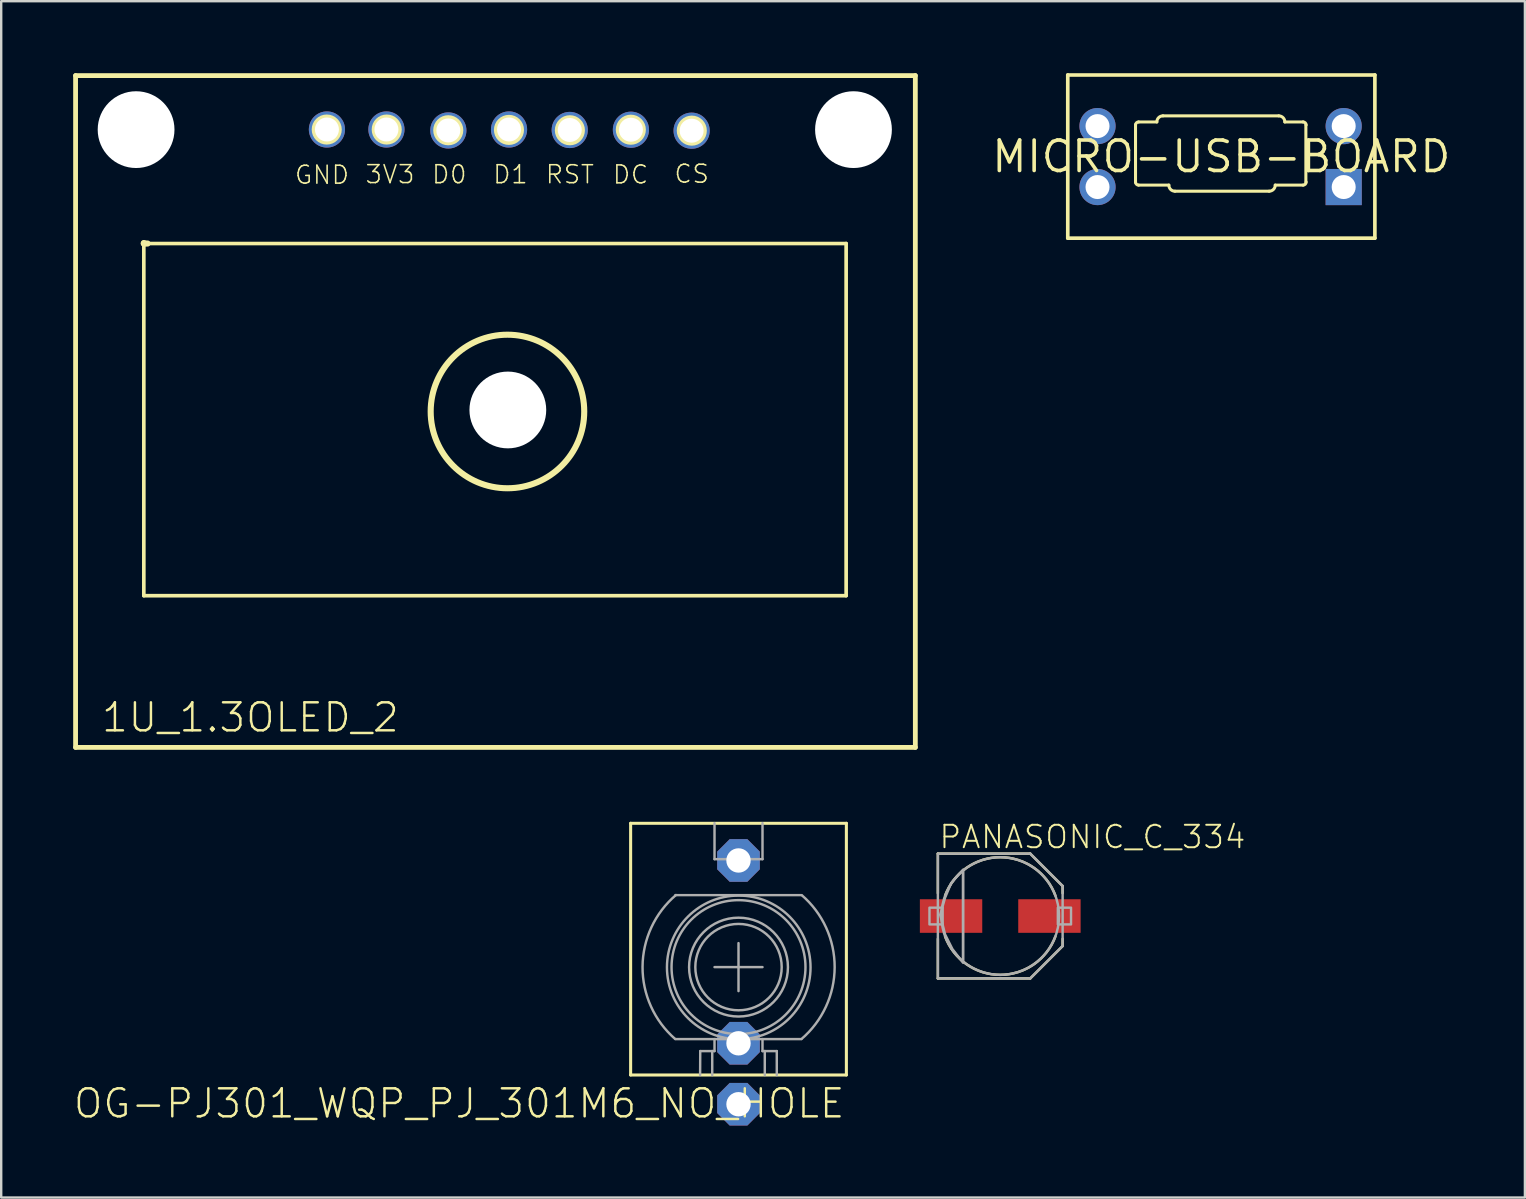
<source format=kicad_pcb>
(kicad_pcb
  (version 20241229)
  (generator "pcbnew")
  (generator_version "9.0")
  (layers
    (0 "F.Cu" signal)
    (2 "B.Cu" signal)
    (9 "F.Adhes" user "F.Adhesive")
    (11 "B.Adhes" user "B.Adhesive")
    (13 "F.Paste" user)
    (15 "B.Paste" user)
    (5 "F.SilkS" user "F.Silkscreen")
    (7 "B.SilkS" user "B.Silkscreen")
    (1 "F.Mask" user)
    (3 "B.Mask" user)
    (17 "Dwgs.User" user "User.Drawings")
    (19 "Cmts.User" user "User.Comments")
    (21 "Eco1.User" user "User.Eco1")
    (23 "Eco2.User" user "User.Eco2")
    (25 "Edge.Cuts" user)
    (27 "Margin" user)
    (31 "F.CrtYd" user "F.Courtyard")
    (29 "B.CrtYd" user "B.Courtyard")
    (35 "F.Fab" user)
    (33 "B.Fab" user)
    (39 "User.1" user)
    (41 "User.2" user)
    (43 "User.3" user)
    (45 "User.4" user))
  (footprint "PANASONIC_C_334"
    (layer "F.Cu")
    (at 38.639 35.129)
    (property "Reference" "PANASONIC_C_334" (at -2.6 -2.75 0) (unlocked yes) (layer "F.SilkS") (effects (font (size 0.935 0.935) (thickness 0.081)) (justify left bottom)))
    (fp_line (start -2.6 -2.6) (end 1.25 -2.6) (stroke (width 0.102) (type solid)) (layer "F.SilkS"))
    (fp_line (start -2.6 -0.95) (end -2.6 -2.6) (stroke (width 0.102) (type solid)) (layer "F.SilkS"))
    (fp_line (start -2.6 2.6) (end -2.6 0.95) (stroke (width 0.102) (type solid)) (layer "F.SilkS"))
    (fp_line (start 1.25 -2.6) (end 2.6 -1.25) (stroke (width 0.102) (type solid)) (layer "F.SilkS"))
    (fp_line (start 1.25 2.6) (end -2.6 2.6) (stroke (width 0.102) (type solid)) (layer "F.SilkS"))
    (fp_line (start 2.6 -1.25) (end 2.6 -0.95) (stroke (width 0.102) (type solid)) (layer "F.SilkS"))
    (fp_line (start 2.6 0.95) (end 2.6 1.25) (stroke (width 0.102) (type solid)) (layer "F.SilkS"))
    (fp_line (start 2.6 1.25) (end 1.25 2.6) (stroke (width 0.102) (type solid)) (layer "F.SilkS"))
    (fp_arc (start -2.3 -0.85) (mid 0 -2.45204) (end 2.3 -0.85) (stroke (width 0.1016) (type solid)) (layer "F.SilkS"))
    (fp_arc (start 2.3 0.85) (mid 0 2.45204) (end -2.3 0.85) (stroke (width 0.1016) (type solid)) (layer "F.SilkS"))
    (fp_line (start -2.6 -2.6) (end 1.25 -2.6) (stroke (width 0.102) (type solid)) (layer "F.Fab"))
    (fp_line (start -2.6 2.6) (end -2.6 -2.6) (stroke (width 0.102) (type solid)) (layer "F.Fab"))
    (fp_line (start -1.55 -1.85) (end -1.55 1.85) (stroke (width 0.102) (type solid)) (layer "F.Fab"))
    (fp_line (start 1.25 -2.6) (end 2.6 -1.25) (stroke (width 0.102) (type solid)) (layer "F.Fab"))
    (fp_line (start 1.25 2.6) (end -2.6 2.6) (stroke (width 0.102) (type solid)) (layer "F.Fab"))
    (fp_line (start 2.6 -1.25) (end 2.6 1.25) (stroke (width 0.102) (type solid)) (layer "F.Fab"))
    (fp_line (start 2.6 1.25) (end 1.25 2.6) (stroke (width 0.102) (type solid)) (layer "F.Fab"))
    (fp_circle (center 0 0) (end 2.45 0) (stroke (width 0.102) (type solid)) (fill no) (layer "F.Fab"))
    (fp_poly (pts (xy -2.95 0.35) (xy -2.4 0.35) (xy -2.4 -0.35) (xy -2.95 -0.35)) (stroke (width 0.1) (type default)) (fill no) (layer "F.Fab"))
    (fp_poly (pts (xy 2.4 0.35) (xy 2.95 0.35) (xy 2.95 -0.35) (xy 2.4 -0.35)) (stroke (width 0.1) (type default)) (fill no) (layer "F.Fab"))
    (fp_poly (pts (xy -1.549 1.948) (xy -1.993 1.377) (xy -2.298 0.768) (xy -2.503 -0.051) (xy -2.298 -0.767) (xy -2.044 -1.377) (xy -1.549 -1.934)) (stroke (width 0.1) (type default)) (fill no) (layer "F.Fab"))
    (pad "+" smd rect (at 2.05 0) (size 2.6 1.4) (layers "F.Cu" "F.Mask" "F.Paste"))
    (pad "-" smd rect (at -2.05 0) (size 2.6 1.4) (layers "F.Cu" "F.Mask" "F.Paste")))
  (footprint "MICRO-USB-BOARD"
    (layer "F.Cu")
    (at 47.853 3.476)
    (property "Reference" "MICRO-USB-BOARD" (at 0 0 0) (layer "F.SilkS") (effects (font (size 1.27 1.27) (thickness 0.15))))
    (fp_line (start -6.4 -3.4) (end 6.4 -3.4) (stroke (width 0.152) (type solid)) (layer "F.SilkS"))
    (fp_line (start -6.4 3.4) (end -6.4 -3.4) (stroke (width 0.152) (type solid)) (layer "F.SilkS"))
    (fp_line (start -3.576 -1.327) (end -3.576 1.073) (stroke (width 0.127) (type solid)) (layer "F.SilkS"))
    (fp_line (start -3.449 -1.443) (end -2.687 -1.443) (stroke (width 0.127) (type solid)) (layer "F.SilkS"))
    (fp_line (start -3.449 1.189) (end -2.187 1.189) (stroke (width 0.127) (type solid)) (layer "F.SilkS"))
    (fp_line (start -2.433 -1.697) (end 2.393 -1.697) (stroke (width 0.127) (type solid)) (layer "F.SilkS"))
    (fp_line (start 1.993 1.443) (end -1.933 1.443) (stroke (width 0.127) (type solid)) (layer "F.SilkS"))
    (fp_line (start 3.409 -1.443) (end 2.647 -1.443) (stroke (width 0.127) (type solid)) (layer "F.SilkS"))
    (fp_line (start 3.409 1.189) (end 2.247 1.189) (stroke (width 0.127) (type solid)) (layer "F.SilkS"))
    (fp_line (start 3.524 -1.327) (end 3.524 1.073) (stroke (width 0.127) (type solid)) (layer "F.SilkS"))
    (fp_line (start 6.4 -3.4) (end 6.4 3.4) (stroke (width 0.152) (type solid)) (layer "F.SilkS"))
    (fp_line (start 6.4 3.4) (end -6.4 3.4) (stroke (width 0.152) (type solid)) (layer "F.SilkS"))
    (fp_arc (start -3.576 -1.316) (mid -3.538803 -1.405803) (end -3.449 -1.443) (stroke (width 0.127) (type solid)) (layer "F.SilkS"))
    (fp_arc (start -3.449 1.189) (mid -3.538803 1.151803) (end -3.576 1.062) (stroke (width 0.127) (type solid)) (layer "F.SilkS"))
    (fp_arc (start -2.687 -1.443) (mid -2.612605 -1.622605) (end -2.433 -1.697) (stroke (width 0.127) (type solid)) (layer "F.SilkS"))
    (fp_arc (start -1.933 1.443) (mid -2.112605 1.368605) (end -2.187 1.189) (stroke (width 0.127) (type solid)) (layer "F.SilkS"))
    (fp_arc (start 2.247 1.189) (mid 2.172605 1.368605) (end 1.993 1.443) (stroke (width 0.127) (type solid)) (layer "F.SilkS"))
    (fp_arc (start 2.393 -1.697) (mid 2.572605 -1.622605) (end 2.647 -1.443) (stroke (width 0.127) (type solid)) (layer "F.SilkS"))
    (fp_arc (start 3.409 -1.443) (mid 3.498803 -1.405803) (end 3.536 -1.316) (stroke (width 0.127) (type solid)) (layer "F.SilkS"))
    (fp_arc (start 3.536 1.062) (mid 3.498803 1.151803) (end 3.409 1.189) (stroke (width 0.127) (type solid)) (layer "F.SilkS"))
    (pad "D+" thru_hole circle (at 5.1 -1.27) (size 1.508 1.508) (drill 1) (layers "*.Cu" "*.Mask"))
    (pad "D-" thru_hole circle (at -5.16 1.27) (size 1.508 1.508) (drill 1) (layers "*.Cu" "*.Mask"))
    (pad "GND" thru_hole rect (at 5.1 1.27) (size 1.508 1.508) (drill 1) (layers "*.Cu" "*.Mask"))
    (pad "VCC" thru_hole circle (at -5.16 -1.27) (size 1.508 1.508) (drill 1) (layers "*.Cu" "*.Mask")))
  (footprint "OG-PJ301_WQP_PJ_301M6_NO_HOLE"
    (layer "F.Cu")
    (at 27.73 37.258)
    (property "Reference" "OG-PJ301_WQP_PJ_301M6_NO_HOLE" (at 4.5 5 0) (unlocked yes) (layer "F.SilkS") (effects (font (size 1.168 1.168) (thickness 0.102)) (justify right top)))
    (fp_line (start -4.496 -5.994) (end 4.496 -5.994) (stroke (width 0.127) (type solid)) (layer "F.SilkS"))
    (fp_line (start -4.496 4.496) (end -4.496 -5.994) (stroke (width 0.127) (type solid)) (layer "F.SilkS"))
    (fp_line (start 4.496 -5.994) (end 4.496 4.496) (stroke (width 0.127) (type solid)) (layer "F.SilkS"))
    (fp_line (start 4.496 4.496) (end -4.496 4.496) (stroke (width 0.127) (type solid)) (layer "F.SilkS"))
    (fp_line (start -2.631 -3) (end 2.62 -3) (stroke (width 0.102) (type solid)) (layer "F.Fab"))
    (fp_line (start -2.631 3) (end 2.62 3) (stroke (width 0.102) (type solid)) (layer "F.Fab"))
    (fp_line (start -1.6 4.496) (end -1.595 3.5) (stroke (width 0.102) (type solid)) (layer "F.Fab"))
    (fp_line (start -1.595 3.5) (end -1.095 3.5) (stroke (width 0.102) (type solid)) (layer "F.Fab"))
    (fp_line (start -1.095 3.5) (end -1.095 4.5) (stroke (width 0.102) (type solid)) (layer "F.Fab"))
    (fp_line (start -1.095 3.5) (end -1 3.5) (stroke (width 0.102) (type solid)) (layer "F.Fab"))
    (fp_line (start -1 -4.5) (end -1 -6) (stroke (width 0.102) (type solid)) (layer "F.Fab"))
    (fp_line (start -1 0) (end 1 0) (stroke (width 0.102) (type solid)) (layer "F.Fab"))
    (fp_line (start -1 3.5) (end -1 3) (stroke (width 0.102) (type solid)) (layer "F.Fab"))
    (fp_line (start 0 -1) (end 0 1) (stroke (width 0.102) (type solid)) (layer "F.Fab"))
    (fp_line (start 1 -6) (end 1 -4.5) (stroke (width 0.102) (type solid)) (layer "F.Fab"))
    (fp_line (start 1 -4.5) (end -1 -4.5) (stroke (width 0.102) (type solid)) (layer "F.Fab"))
    (fp_line (start 1 3) (end 1 3.5) (stroke (width 0.102) (type solid)) (layer "F.Fab"))
    (fp_line (start 1 3.5) (end 1.095 3.5) (stroke (width 0.102) (type solid)) (layer "F.Fab"))
    (fp_line (start 1.095 3.5) (end 1.095 4.5) (stroke (width 0.102) (type solid)) (layer "F.Fab"))
    (fp_line (start 1.095 3.5) (end 1.595 3.5) (stroke (width 0.102) (type solid)) (layer "F.Fab"))
    (fp_line (start 1.595 3.5) (end 1.595 4.5) (stroke (width 0.102) (type solid)) (layer "F.Fab"))
    (fp_arc (start -2.641998 2.994) (mid -3.999529 -0.012791) (end -2.608 -3.004) (stroke (width 0.1016) (type solid)) (layer "F.Fab"))
    (fp_arc (start 2.642 -2.994) (mid 4.007235 0.003208) (end 2.628 2.994) (stroke (width 0.1016) (type solid)) (layer "F.Fab"))
    (fp_circle (center 0 0) (end 1.8 0) (stroke (width 0.102) (type solid)) (fill no) (layer "F.Fab"))
    (fp_circle (center 0 0) (end 2.06 0) (stroke (width 0.102) (type solid)) (fill no) (layer "F.Fab"))
    (fp_circle (center 0 0) (end 2.791 0) (stroke (width 0.102) (type solid)) (fill no) (layer "F.Fab"))
    (fp_circle (center 0.01 0.01) (end 3.002 0.01) (stroke (width 0.102) (type solid)) (fill no) (layer "F.Fab"))
    (pad "P1" thru_hole roundrect (at 0 5.715) (size 1.778 1.778) (drill 1.016) (layers "*.Cu" "*.Mask") (roundrect_rratio 0.25) (chamfer_ratio 0.293) (chamfer top_left top_right bottom_left bottom_right))
    (pad "P2" thru_hole roundrect (at 0 3.175) (size 1.778 1.778) (drill 1.016) (layers "*.Cu" "*.Mask") (roundrect_rratio 0.25) (chamfer_ratio 0.293) (chamfer top_left top_right bottom_left bottom_right))
    (pad "P3" thru_hole roundrect (at 0 -4.445) (size 1.778 1.778) (drill 1.016) (layers "*.Cu" "*.Mask") (roundrect_rratio 0.25) (chamfer_ratio 0.293) (chamfer top_left top_right bottom_left bottom_right)))
  (footprint "1U_1.3OLED_2"
    (layer "F.Cu")
    (at 18.116 14.037)
    (property "Reference" "1U_1.3OLED_2" (at -17 13.5 0) (unlocked yes) (layer "F.SilkS") (effects (font (size 1.168 1.168) (thickness 0.102)) (justify left bottom)))
    (fp_line (start -18.016 -13.937) (end 16.984 -13.937) (stroke (width 0.2) (type solid)) (layer "F.SilkS"))
    (fp_line (start -18.016 14.063) (end -18.016 -13.937) (stroke (width 0.2) (type solid)) (layer "F.SilkS"))
    (fp_line (start -15.172 -6.959) (end -15.172 -6.937) (stroke (width 0.254) (type solid)) (layer "F.SilkS"))
    (fp_line (start -15.172 -6.937) (end -15.016 -6.937) (stroke (width 0.254) (type solid)) (layer "F.SilkS"))
    (fp_line (start -15.172 7.74) (end -15.172 -6.959) (stroke (width 0.152) (type solid)) (layer "F.SilkS"))
    (fp_line (start -15.016 -6.937) (end 14.1 -6.937) (stroke (width 0.152) (type solid)) (layer "F.SilkS"))
    (fp_line (start 14.1 -6.937) (end 14.1 7.74) (stroke (width 0.152) (type solid)) (layer "F.SilkS"))
    (fp_line (start 14.1 7.74) (end -15.172 7.74) (stroke (width 0.152) (type solid)) (layer "F.SilkS"))
    (fp_line (start 16.984 -13.937) (end 16.984 14.063) (stroke (width 0.2) (type solid)) (layer "F.SilkS"))
    (fp_line (start 16.984 14.063) (end -18.016 14.063) (stroke (width 0.2) (type solid)) (layer "F.SilkS"))
    (fp_circle (center -15.476 -11.628) (end -14.144 -11.628) (stroke (width 0.254) (type solid)) (fill no) (layer "F.SilkS"))
    (fp_circle (center -7.548 -11.688) (end -7.048 -11.688) (stroke (width 0.254) (type solid)) (fill no) (layer "F.SilkS"))
    (fp_circle (center -5.048 -11.688) (end -4.548 -11.688) (stroke (width 0.254) (type solid)) (fill no) (layer "F.SilkS"))
    (fp_circle (center -2.483 -11.658) (end -1.983 -11.658) (stroke (width 0.254) (type solid)) (fill no) (layer "F.SilkS"))
    (fp_circle (center -0.016 0.063) (end 3.184 0.063) (stroke (width 0.254) (type solid)) (fill no) (layer "F.SilkS"))
    (fp_circle (center 0.047 -11.673) (end 0.547 -11.673) (stroke (width 0.254) (type solid)) (fill no) (layer "F.SilkS"))
    (fp_circle (center 2.586 -11.658) (end 3.086 -11.658) (stroke (width 0.254) (type solid)) (fill no) (layer "F.SilkS"))
    (fp_circle (center 5.126 -11.681) (end 5.626 -11.681) (stroke (width 0.254) (type solid)) (fill no) (layer "F.SilkS"))
    (fp_circle (center 7.667 -11.642) (end 8.167 -11.642) (stroke (width 0.254) (type solid)) (fill no) (layer "F.SilkS"))
    (fp_circle (center 14.434 -11.642) (end 15.767 -11.642) (stroke (width 0.254) (type solid)) (fill no) (layer "F.SilkS"))
    (fp_text user "D1" (at -0.665 -9.379 0) (unlocked yes) (layer "F.SilkS") (effects (font (size 0.748 0.748) (thickness 0.065)) (justify left bottom)))
    (fp_text user "3V3" (at -5.987 -9.383 0) (unlocked yes) (layer "F.SilkS") (effects (font (size 0.748 0.748) (thickness 0.065)) (justify left bottom)))
    (fp_text user "RST" (at 1.528 -9.379 0) (unlocked yes) (layer "F.SilkS") (effects (font (size 0.748 0.748) (thickness 0.065)) (justify left bottom)))
    (fp_text user "CS" (at 6.89 -9.401 0) (unlocked yes) (layer "F.SilkS") (effects (font (size 0.748 0.748) (thickness 0.065)) (justify left bottom)))
    (fp_text user "DC" (at 4.324 -9.372 0) (unlocked yes) (layer "F.SilkS") (effects (font (size 0.748 0.748) (thickness 0.065)) (justify left bottom)))
    (fp_text user "GND" (at -8.928 -9.359 0) (unlocked yes) (layer "F.SilkS") (effects (font (size 0.748 0.748) (thickness 0.065)) (justify left bottom)))
    (fp_text user "D0" (at -3.213 -9.379 0) (unlocked yes) (layer "F.SilkS") (effects (font (size 0.748 0.748) (thickness 0.065)) (justify left bottom)))
    (pad "" np_thru_hole circle (at -15.494 -11.684) (size 3.2 3.2) (drill 3.2) (layers "*.Cu" "*.Mask"))
    (pad "" np_thru_hole circle (at 0 0) (size 3.2 3.2) (drill 3.2) (layers "*.Cu" "*.Mask"))
    (pad "" np_thru_hole circle (at 14.406 -11.684) (size 3.2 3.2) (drill 3.2) (layers "*.Cu" "*.Mask"))
    (pad "3V3" thru_hole circle (at -5.06 -11.69) (size 1.508 1.508) (drill 1) (layers "*.Cu" "*.Mask"))
    (pad "CS" thru_hole circle (at 7.66 -11.64) (size 1.508 1.508) (drill 1) (layers "*.Cu" "*.Mask"))
    (pad "D0" thru_hole circle (at -2.48 -11.65) (size 1.508 1.508) (drill 1) (layers "*.Cu" "*.Mask"))
    (pad "D1" thru_hole circle (at 0.05 -11.69) (size 1.508 1.508) (drill 1) (layers "*.Cu" "*.Mask"))
    (pad "DC" thru_hole circle (at 5.13 -11.68) (size 1.508 1.508) (drill 1) (layers "*.Cu" "*.Mask"))
    (pad "GND" thru_hole circle (at -7.54 -11.69) (size 1.508 1.508) (drill 1) (layers "*.Cu" "*.Mask"))
    (pad "RST" thru_hole circle (at 2.58 -11.67) (size 1.508 1.508) (drill 1) (layers "*.Cu" "*.Mask")))
  (gr_rect
    (start -3 -3)
    (end 60.506 46.862)
    (stroke (width 0.1) (type default))
    (fill no)
    (layer "Edge.Cuts")))
</source>
